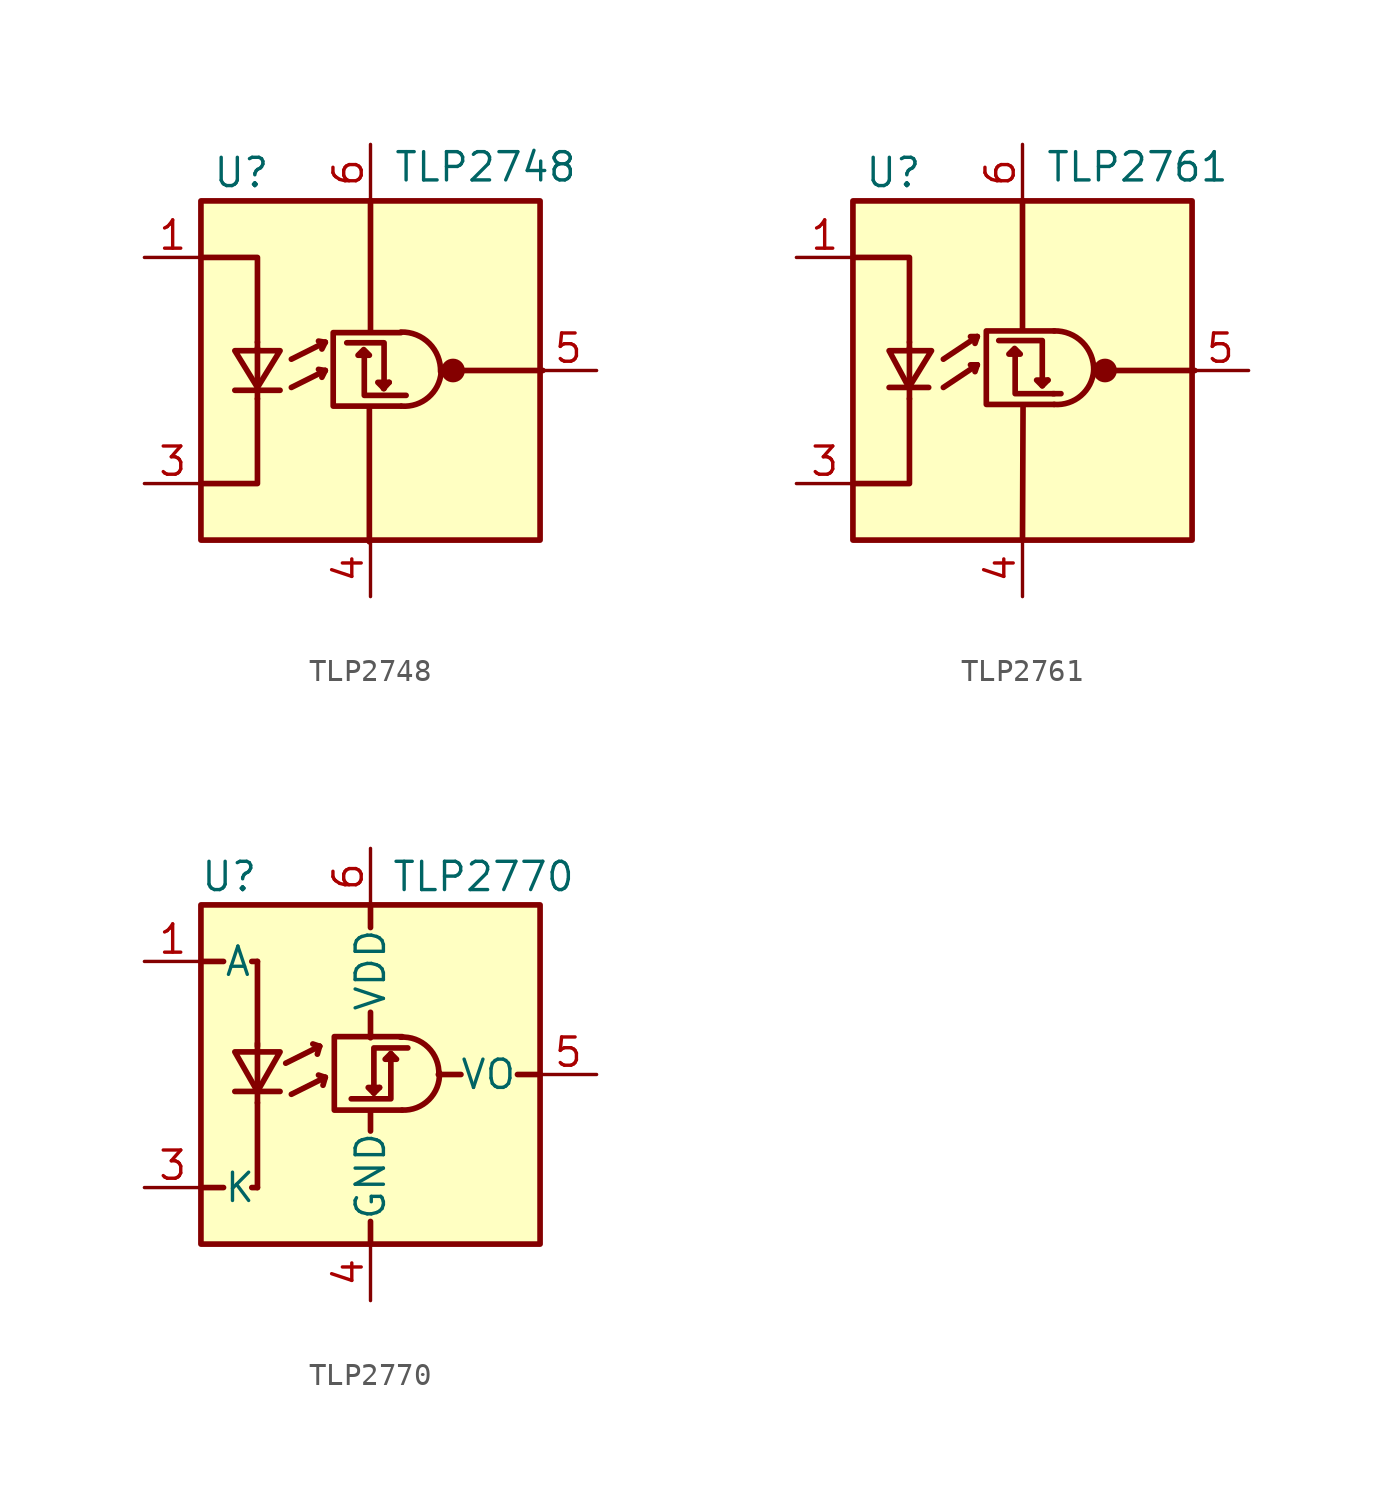
<source format=kicad_sym>
(kicad_symbol_lib
  (version 20201005)
  (generator kicad_symbol_editor)
  (symbol "Isolator_Optocoupler:TLP2748"
    (pin_names
      (offset 1.016) hide)
    (property "Reference" "U"
      (at -7.112 8.89 0)
      (effects (font (size 1.27 1.27)) (justify left)))
    (property "Value" "TLP2748"
      (at 1.016 9.144 0)
      (effects (font (size 1.27 1.27)) (justify left)))
    (symbol "TLP2748_0_1"
      (arc (start 3.1496 -0.0508) (end 1.3716 1.7272) (radius (at 1.397 -0.0508) (length 1.7526) (angles 0 90.8)) (stroke (width 0.254)) (fill (type none)))
      (arc (start 3.175 -0.0762) (end 1.397 -1.6002) (radius (at 1.524 0.0508) (length 1.651) (angles -4.4 -94.4)) (stroke (width 0.254)) (fill (type none)))
      (circle (center 3.708 0) (radius 0.457) (stroke (width 0)) (fill (type outline)))
      (rectangle (start -7.62 7.62) (end 7.62 -7.62) (stroke (width 0.254)) (fill (type background)))
      (polyline (pts (xy -6.096 -0.889) (xy -4.064 -0.889)) (stroke (width 0.254)) (fill (type none)))
      (polyline (pts (xy -5.08 -1.27) (xy -5.08 -0.914)) (stroke (width 0.254)) (fill (type none)))
      (polyline (pts (xy -5.08 1.016) (xy -5.08 -0.762)) (stroke (width 0.254)) (fill (type none)))
      (polyline (pts (xy -5.08 1.27) (xy -5.08 0.914)) (stroke (width 0.254)) (fill (type none)))
      (polyline (pts (xy -3.556 -0.762) (xy -2.032 0)) (stroke (width 0.254)) (fill (type none)))
      (polyline (pts (xy -3.556 0.508) (xy -2.032 1.27)) (stroke (width 0.254)) (fill (type none)))
      (polyline (pts (xy -2.032 0) (xy -2.337 0.051)) (stroke (width 0.254)) (fill (type none)))
      (polyline (pts (xy -2.032 0) (xy -2.184 -0.305)) (stroke (width 0.254)) (fill (type none)))
      (polyline (pts (xy -2.032 1.27) (xy -2.337 1.321)) (stroke (width 0.254)) (fill (type none)))
      (polyline (pts (xy -2.032 1.27) (xy -2.184 0.965)) (stroke (width 0.254)) (fill (type none)))
      (polyline (pts (xy -0.051 -7.696) (xy -0.051 -1.727)) (stroke (width 0.254)) (fill (type none)))
      (polyline (pts (xy 0 7.645) (xy 0 1.803)) (stroke (width 0.254)) (fill (type none)))
      (polyline (pts (xy 0.838 -0.533) (xy 0.584 -0.813)) (stroke (width 0.254)) (fill (type none)))
      (polyline (pts (xy 7.747 0) (xy 4.064 0)) (stroke (width 0.254)) (fill (type none)))
      (polyline (pts (xy -7.62 -5.08) (xy -5.08 -5.08) (xy -5.08 -1.27)) (stroke (width 0.254)) (fill (type none)))
      (polyline (pts (xy -5.08 1.27) (xy -5.08 5.08) (xy -7.62 5.08)) (stroke (width 0.254)) (fill (type none)))
      (polyline (pts (xy -0.279 0.66) (xy -0.279 -1.118) (xy 1.6 -1.118)) (stroke (width 0.254)) (fill (type none)))
      (polyline (pts (xy 0.584 -0.787) (xy 0.33 -0.533) (xy 0.838 -0.533)) (stroke (width 0.254)) (fill (type none)))
      (polyline (pts (xy 0.61 -0.813) (xy 0.61 1.245) (xy -1.067 1.245)) (stroke (width 0.254)) (fill (type none)))
      (polyline (pts (xy -6.096 0.889) (xy -4.064 0.889) (xy -5.08 -0.762) (xy -6.096 0.889)) (stroke (width 0.254)) (fill (type none)))
      (polyline (pts (xy -0.305 0.94) (xy -0.559 0.686) (xy -0.051 0.686) (xy -0.305 0.94)) (stroke (width 0.254)) (fill (type none)))
      (polyline (pts (xy 1.372 1.702) (xy -1.676 1.702) (xy -1.676 -1.6) (xy 1.372 -1.6)) (stroke (width 0.254)) (fill (type none))))
    (symbol "TLP2748_1_1"
      (pin passive line (at -10.16 5.08 0) (length 2.54) (name "A" (effects (font (size 1.27 1.27)))) (number "1" (effects (font (size 1.27 1.27)))))
      (pin no_connect line (at -7.62 0 0) (length 2.54) hide (name "NC" (effects (font (size 1.27 1.27)))) (number "2" (effects (font (size 1.27 1.27)))))
      (pin passive line (at -10.16 -5.08 0) (length 2.54) (name "K" (effects (font (size 1.27 1.27)))) (number "3" (effects (font (size 1.27 1.27)))))
      (pin power_in line (at 0 -10.16 90) (length 2.54) (name "GND" (effects (font (size 1.27 1.27)))) (number "4" (effects (font (size 1.27 1.27)))))
      (pin output line (at 10.16 0 180) (length 2.54) (name "VO" (effects (font (size 1.27 1.27)))) (number "5" (effects (font (size 1.27 1.27)))))
      (pin power_in line (at 0 10.16 270) (length 2.54) (name "VDD" (effects (font (size 1.27 1.27)))) (number "6" (effects (font (size 1.27 1.27)))))))
  (symbol "Isolator_Optocoupler:TLP2761"
    (pin_names hide)
    (property "Reference" "U"
      (at -7.112 8.89 0)
      (effects (font (size 1.27 1.27)) (justify left)))
    (property "Value" "TLP2761"
      (at 1.016 9.144 0)
      (effects (font (size 1.27 1.27)) (justify left)))
    (symbol "TLP2761_0_1"
      (arc (start 3.2004 0) (end 1.4224 1.778) (radius (at 1.4478 0) (length 1.7526) (angles 0 90.8)) (stroke (width 0.254)) (fill (type none)))
      (arc (start 3.2004 0) (end 1.4224 -1.524) (radius (at 1.5494 0.127) (length 1.651) (angles -4.4 -94.4)) (stroke (width 0.254)) (fill (type none)))
      (circle (center 3.708 0) (radius 0.457) (stroke (width 0)) (fill (type outline)))
      (rectangle (start -7.62 7.62) (end 7.62 -7.62) (stroke (width 0.254)) (fill (type background)))
      (polyline (pts (xy -5.994 -0.762) (xy -4.216 -0.762)) (stroke (width 0.254)) (fill (type none)))
      (polyline (pts (xy -5.08 -1.27) (xy -5.08 -0.762)) (stroke (width 0.254)) (fill (type none)))
      (polyline (pts (xy -5.08 1.016) (xy -5.08 -0.762)) (stroke (width 0.254)) (fill (type none)))
      (polyline (pts (xy -5.08 1.27) (xy -5.08 1.016)) (stroke (width 0.254)) (fill (type none)))
      (polyline (pts (xy -3.556 -0.762) (xy -2.032 0.254)) (stroke (width 0.254)) (fill (type none)))
      (polyline (pts (xy -3.556 0.508) (xy -2.032 1.524)) (stroke (width 0.254)) (fill (type none)))
      (polyline (pts (xy -2.032 0.254) (xy -2.337 0.254)) (stroke (width 0.254)) (fill (type none)))
      (polyline (pts (xy -2.032 0.254) (xy -2.134 -0.051)) (stroke (width 0.254)) (fill (type none)))
      (polyline (pts (xy -2.032 1.524) (xy -2.337 1.524)) (stroke (width 0.254)) (fill (type none)))
      (polyline (pts (xy -2.032 1.524) (xy -2.134 1.219)) (stroke (width 0.254)) (fill (type none)))
      (polyline (pts (xy 0 -7.62) (xy 0.025 -1.549)) (stroke (width 0.254)) (fill (type none)))
      (polyline (pts (xy 0 7.645) (xy 0 1.854)) (stroke (width 0.254)) (fill (type none)))
      (polyline (pts (xy 0.889 -0.686) (xy 1.143 -0.432)) (stroke (width 0.254)) (fill (type none)))
      (polyline (pts (xy 1.372 -1.041) (xy 1.727 -1.041)) (stroke (width 0.254)) (fill (type none)))
      (polyline (pts (xy 4.14 0) (xy 7.747 0)) (stroke (width 0.254)) (fill (type none)))
      (polyline (pts (xy -7.62 -5.08) (xy -5.08 -5.08) (xy -5.08 -1.27)) (stroke (width 0.254)) (fill (type none)))
      (polyline (pts (xy -5.08 1.27) (xy -5.08 5.08) (xy -7.62 5.08)) (stroke (width 0.254)) (fill (type none)))
      (polyline (pts (xy -0.33 0.686) (xy -0.33 -1.041) (xy 1.422 -1.041)) (stroke (width 0.254)) (fill (type none)))
      (polyline (pts (xy 0.889 -0.686) (xy 0.635 -0.432) (xy 1.143 -0.432)) (stroke (width 0.254)) (fill (type none)))
      (polyline (pts (xy 0.889 -0.381) (xy 0.889 1.346) (xy -1.067 1.346)) (stroke (width 0.254)) (fill (type none)))
      (polyline (pts (xy -5.994 0.889) (xy -4.089 0.889) (xy -5.105 -0.762) (xy -5.994 0.889)) (stroke (width 0.254)) (fill (type none)))
      (polyline (pts (xy -0.356 0.991) (xy -0.61 0.737) (xy -0.102 0.737) (xy -0.356 0.991)) (stroke (width 0.254)) (fill (type none)))
      (polyline (pts (xy 1.422 1.778) (xy -1.626 1.778) (xy -1.626 -1.524) (xy 1.422 -1.524)) (stroke (width 0.254)) (fill (type none))))
    (symbol "TLP2761_1_1"
      (pin passive line (at -10.16 5.08 0) (length 2.54) (name "A" (effects (font (size 1.27 1.27)))) (number "1" (effects (font (size 1.27 1.27)))))
      (pin no_connect line (at -7.62 0 0) (length 2.54) hide (name "NC" (effects (font (size 1.27 1.27)))) (number "2" (effects (font (size 1.27 1.27)))))
      (pin passive line (at -10.16 -5.08 0) (length 2.54) (name "K" (effects (font (size 1.27 1.27)))) (number "3" (effects (font (size 1.27 1.27)))))
      (pin power_in line (at 0 -10.16 90) (length 2.54) (name "GND" (effects (font (size 1.27 1.27)))) (number "4" (effects (font (size 1.27 1.27)))))
      (pin output line (at 10.16 0 180) (length 2.54) (name "VO" (effects (font (size 1.27 1.27)))) (number "5" (effects (font (size 1.27 1.27)))))
      (pin power_in line (at 0 10.16 270) (length 2.54) (name "VDD" (effects (font (size 1.27 1.27)))) (number "6" (effects (font (size 1.27 1.27)))))))
  (symbol "Isolator_Optocoupler:TLP2770"
    (pin_names
      (offset 1.016))
    (property "Reference" "U"
      (at -6.35 8.89 0)
      (effects (font (size 1.27 1.27))))
    (property "Value" "TLP2770"
      (at 5.08 8.89 0)
      (effects (font (size 1.27 1.27))))
    (symbol "TLP2770_0_1"
      (polyline (pts (xy -7.62 -5.08) (xy -6.604 -5.08)) (stroke (width 0.254)) (fill (type none)))
      (polyline (pts (xy -7.62 5.08) (xy -6.604 5.08)) (stroke (width 0.254)) (fill (type none)))
      (polyline (pts (xy -5.08 -5.08) (xy -5.334 -5.08)) (stroke (width 0.254)) (fill (type none)))
      (polyline (pts (xy -5.08 -1.27) (xy -5.08 -5.08)) (stroke (width 0.254)) (fill (type none)))
      (polyline (pts (xy -5.08 1.27) (xy -5.08 5.08)) (stroke (width 0.254)) (fill (type none)))
      (polyline (pts (xy -5.08 5.08) (xy -5.334 5.08)) (stroke (width 0.254)) (fill (type none)))
      (polyline (pts (xy 0 -7.62) (xy 0 -6.604)) (stroke (width 0.254)) (fill (type none)))
      (polyline (pts (xy 0 -1.651) (xy 0 -2.54)) (stroke (width 0.254)) (fill (type none)))
      (polyline (pts (xy 0 1.651) (xy 0 2.794)) (stroke (width 0.254)) (fill (type none)))
      (polyline (pts (xy 0 7.62) (xy 0 6.604)) (stroke (width 0.254)) (fill (type none)))
      (polyline (pts (xy 3.048 0) (xy 4.064 0)) (stroke (width 0.254)) (fill (type none)))
      (polyline (pts (xy 7.62 0) (xy 6.604 0)) (stroke (width 0.254)) (fill (type none))))
    (symbol "TLP2770_1_1"
      (arc (start 1.4224 -1.6002) (end 3.0988 0.0762) (radius (at 1.4478 0.0254) (length 1.6256) (angles -90.9 1.8)) (stroke (width 0.254)) (fill (type none)))
      (arc (start 1.3462 1.6764) (end 3.0734 0) (radius (at 1.4732 0.1016) (length 1.5748) (angles 94.6 -3.6)) (stroke (width 0.254)) (fill (type none)))
      (rectangle (start -7.62 7.62) (end 7.62 -7.62) (stroke (width 0.254)) (fill (type background)))
      (polyline (pts (xy -6.096 -0.762) (xy -4.064 -0.762)) (stroke (width 0.254)) (fill (type none)))
      (polyline (pts (xy -5.08 -0.762) (xy -5.08 -1.27)) (stroke (width 0.254)) (fill (type none)))
      (polyline (pts (xy -5.08 1.016) (xy -5.08 -0.762)) (stroke (width 0.254)) (fill (type none)))
      (polyline (pts (xy -5.08 1.016) (xy -5.08 1.397)) (stroke (width 0.254)) (fill (type none)))
      (polyline (pts (xy -3.81 0.508) (xy -2.286 1.27)) (stroke (width 0.254)) (fill (type none)))
      (polyline (pts (xy -3.556 -0.889) (xy -2.032 -0.127)) (stroke (width 0.254)) (fill (type none)))
      (polyline (pts (xy -2.286 1.27) (xy -2.591 1.372)) (stroke (width 0.254)) (fill (type none)))
      (polyline (pts (xy -2.286 1.27) (xy -2.388 0.914)) (stroke (width 0.254)) (fill (type none)))
      (polyline (pts (xy -2.032 -0.127) (xy -2.337 -0.025)) (stroke (width 0.254)) (fill (type none)))
      (polyline (pts (xy -2.032 -0.127) (xy -2.134 -0.483)) (stroke (width 0.254)) (fill (type none)))
      (polyline (pts (xy 0.152 -0.838) (xy -0.102 -0.584) (xy 0.406 -0.584)) (stroke (width 0.254)) (fill (type none)))
      (polyline (pts (xy 0.914 0.94) (xy 0.914 -1.092) (xy -0.864 -1.092)) (stroke (width 0.254)) (fill (type none)))
      (polyline (pts (xy -6.096 1.016) (xy -4.064 1.016) (xy -5.08 -0.762) (xy -6.096 1.016)) (stroke (width 0.254)) (fill (type none)))
      (polyline (pts (xy 0.914 0.94) (xy 0.66 0.686) (xy 1.168 0.686) (xy 0.914 0.94)) (stroke (width 0.254)) (fill (type none)))
      (polyline (pts (xy 1.422 1.702) (xy -1.626 1.702) (xy -1.626 -1.6) (xy 1.422 -1.6)) (stroke (width 0.254)) (fill (type none)))
      (polyline (pts (xy 1.676 1.194) (xy 0.152 1.194) (xy 0.152 -0.838) (xy 0.406 -0.584)) (stroke (width 0.254)) (fill (type none)))
      (pin passive line (at -10.16 5.08 0) (length 2.54) (name "A" (effects (font (size 1.27 1.27)))) (number "1" (effects (font (size 1.27 1.27)))))
      (pin no_connect line (at -7.62 0 0) (length 2.54) hide (name "NC" (effects (font (size 1.27 1.27)))) (number "2" (effects (font (size 1.27 1.27)))))
      (pin passive line (at -10.16 -5.08 0) (length 2.54) (name "K" (effects (font (size 1.27 1.27)))) (number "3" (effects (font (size 1.27 1.27)))))
      (pin power_in line (at 0 -10.16 90) (length 2.54) (name "GND" (effects (font (size 1.27 1.27)))) (number "4" (effects (font (size 1.27 1.27)))))
      (pin output line (at 10.16 0 180) (length 2.54) (name "VO" (effects (font (size 1.27 1.27)))) (number "5" (effects (font (size 1.27 1.27)))))
      (pin power_in line (at 0 10.16 270) (length 2.54) (name "VDD" (effects (font (size 1.27 1.27)))) (number "6" (effects (font (size 1.27 1.27))))))))
</source>
